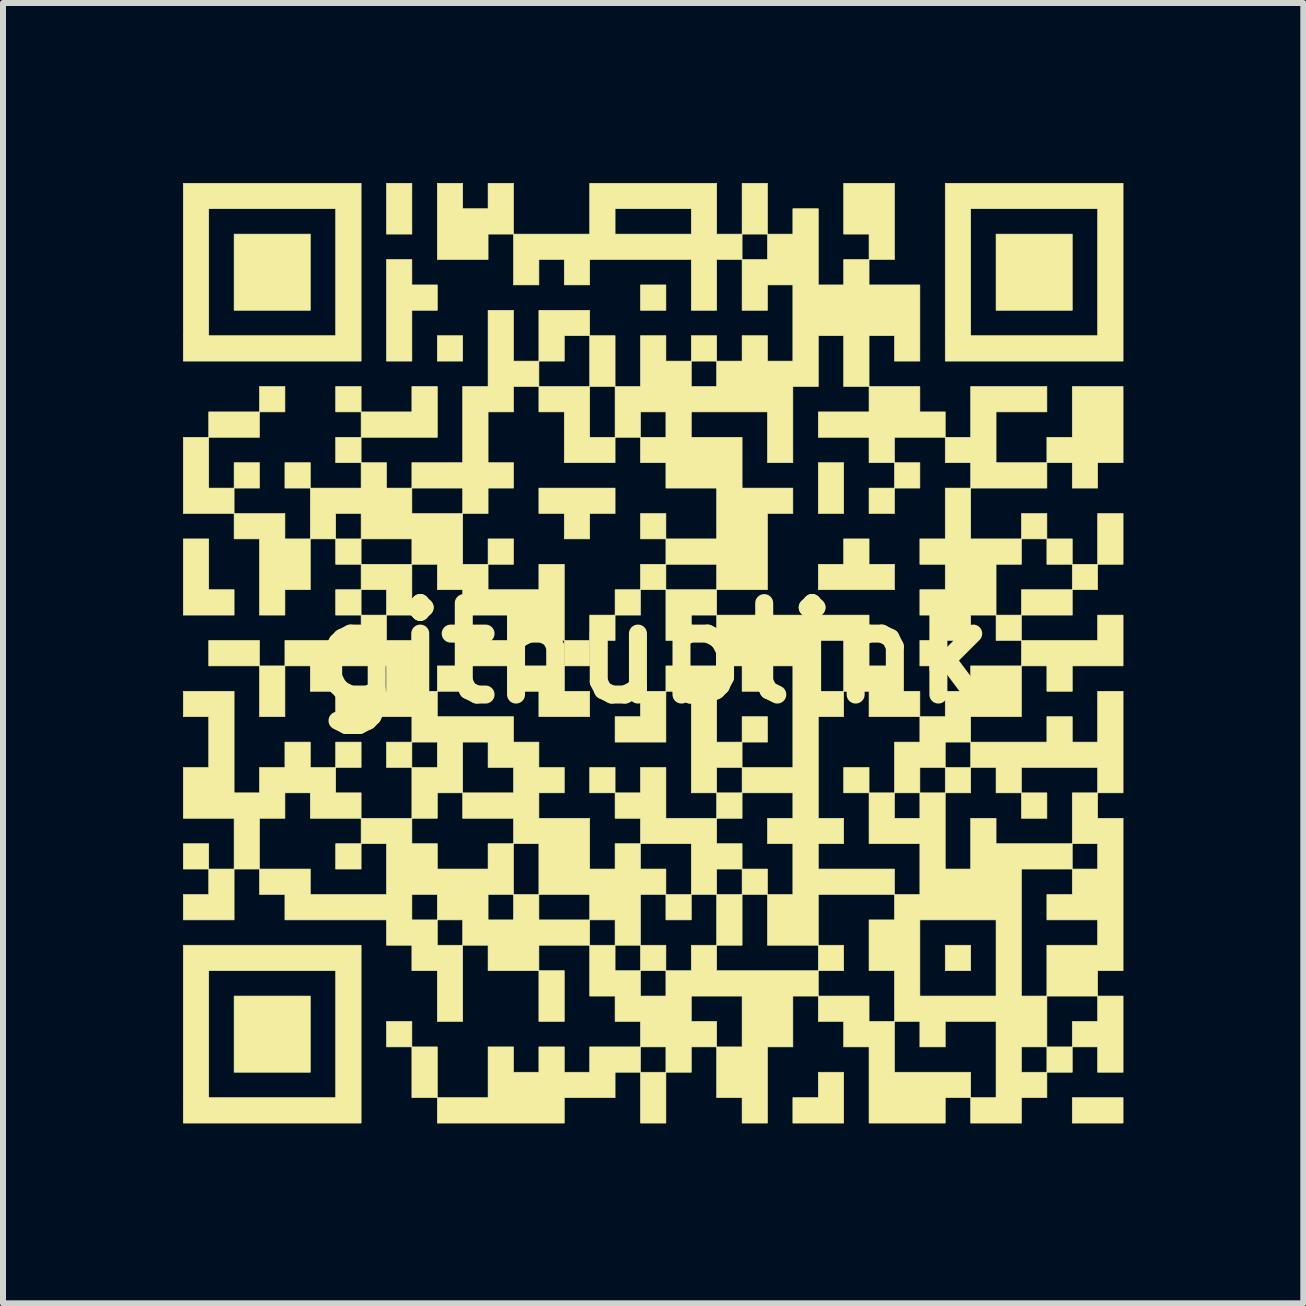
<source format=kicad_pcb>
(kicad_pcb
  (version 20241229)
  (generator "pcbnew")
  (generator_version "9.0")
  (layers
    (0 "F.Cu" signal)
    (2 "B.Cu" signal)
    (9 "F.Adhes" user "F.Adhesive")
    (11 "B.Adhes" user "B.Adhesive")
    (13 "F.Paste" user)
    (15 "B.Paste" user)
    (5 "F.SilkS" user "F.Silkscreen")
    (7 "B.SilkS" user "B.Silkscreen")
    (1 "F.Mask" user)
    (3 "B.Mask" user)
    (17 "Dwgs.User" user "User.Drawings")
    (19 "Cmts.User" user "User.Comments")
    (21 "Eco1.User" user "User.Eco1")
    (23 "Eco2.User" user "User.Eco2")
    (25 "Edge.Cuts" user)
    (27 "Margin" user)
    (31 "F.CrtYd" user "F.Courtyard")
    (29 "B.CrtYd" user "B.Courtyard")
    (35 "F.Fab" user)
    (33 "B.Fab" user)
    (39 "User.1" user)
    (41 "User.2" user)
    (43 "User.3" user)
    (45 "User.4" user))
  (footprint "githublink"
    (layer "F.Cu")
    (at 7.837 7.837)
    (property "Reference" "githublink" (at 0 0 0) (layer "F.SilkS") (effects (font (size 1.524 1.524) (thickness 0.3))))
    (attr through_hole)
    (fp_poly (pts (xy -7.408 3.598) (xy -7.832 3.598) (xy -7.832 3.175) (xy -7.408 3.175) (xy -7.408 3.598)) (stroke (width 0.01) (type solid)) (fill yes) (layer "F.SilkS"))
    (fp_poly (pts (xy -6.562 -3.598) (xy -7.408 -3.598) (xy -7.408 -4.022) (xy -6.562 -4.022) (xy -6.562 -3.598)) (stroke (width 0.01) (type solid)) (fill yes) (layer "F.SilkS"))
    (fp_poly (pts (xy -6.562 -2.752) (xy -6.985 -2.752) (xy -6.985 -3.175) (xy -6.562 -3.175) (xy -6.562 -2.752)) (stroke (width 0.01) (type solid)) (fill yes) (layer "F.SilkS"))
    (fp_poly (pts (xy -6.562 0.212) (xy -7.408 0.212) (xy -7.408 -0.212) (xy -6.562 -0.212) (xy -6.562 0.212)) (stroke (width 0.01) (type solid)) (fill yes) (layer "F.SilkS"))
    (fp_poly (pts (xy -6.138 -4.022) (xy -6.562 -4.022) (xy -6.562 -4.445) (xy -6.138 -4.445) (xy -6.138 -4.022)) (stroke (width 0.01) (type solid)) (fill yes) (layer "F.SilkS"))
    (fp_poly (pts (xy -6.138 1.058) (xy -6.562 1.058) (xy -6.562 0.212) (xy -6.138 0.212) (xy -6.138 1.058)) (stroke (width 0.01) (type solid)) (fill yes) (layer "F.SilkS"))
    (fp_poly (pts (xy -5.715 -5.715) (xy -6.985 -5.715) (xy -6.985 -6.985) (xy -5.715 -6.985) (xy -5.715 -5.715)) (stroke (width 0.01) (type solid)) (fill yes) (layer "F.SilkS"))
    (fp_poly (pts (xy -5.715 -2.752) (xy -6.138 -2.752) (xy -6.138 -3.175) (xy -5.715 -3.175) (xy -5.715 -2.752)) (stroke (width 0.01) (type solid)) (fill yes) (layer "F.SilkS"))
    (fp_poly (pts (xy -5.715 6.985) (xy -6.985 6.985) (xy -6.985 5.715) (xy -5.715 5.715) (xy -5.715 6.985)) (stroke (width 0.01) (type solid)) (fill yes) (layer "F.SilkS"))
    (fp_poly (pts (xy -4.868 -4.022) (xy -5.292 -4.022) (xy -5.292 -4.445) (xy -4.868 -4.445) (xy -4.868 -4.022)) (stroke (width 0.01) (type solid)) (fill yes) (layer "F.SilkS"))
    (fp_poly (pts (xy -4.868 -3.175) (xy -5.292 -3.175) (xy -5.292 -3.598) (xy -4.868 -3.598) (xy -4.868 -3.175)) (stroke (width 0.01) (type solid)) (fill yes) (layer "F.SilkS"))
    (fp_poly (pts (xy -4.868 1.905) (xy -5.292 1.905) (xy -5.292 1.482) (xy -4.868 1.482) (xy -4.868 1.905)) (stroke (width 0.01) (type solid)) (fill yes) (layer "F.SilkS"))
    (fp_poly (pts (xy -4.868 3.598) (xy -5.292 3.598) (xy -5.292 3.175) (xy -4.868 3.175) (xy -4.868 3.598)) (stroke (width 0.01) (type solid)) (fill yes) (layer "F.SilkS"))
    (fp_poly (pts (xy -4.022 -6.985) (xy -4.445 -6.985) (xy -4.445 -7.832) (xy -4.022 -7.832) (xy -4.022 -6.985)) (stroke (width 0.01) (type solid)) (fill yes) (layer "F.SilkS"))
    (fp_poly (pts (xy -4.022 6.562) (xy -4.445 6.562) (xy -4.445 6.138) (xy -4.022 6.138) (xy -4.022 6.562)) (stroke (width 0.01) (type solid)) (fill yes) (layer "F.SilkS"))
    (fp_poly (pts (xy -3.598 7.408) (xy -4.022 7.408) (xy -4.022 6.562) (xy -3.598 6.562) (xy -3.598 7.408)) (stroke (width 0.01) (type solid)) (fill yes) (layer "F.SilkS"))
    (fp_poly (pts (xy -3.175 -4.868) (xy -3.598 -4.868) (xy -3.598 -5.292) (xy -3.175 -5.292) (xy -3.175 -4.868)) (stroke (width 0.01) (type solid)) (fill yes) (layer "F.SilkS"))
    (fp_poly (pts (xy -3.175 0.635) (xy -3.598 0.635) (xy -3.598 0.212) (xy -3.175 0.212) (xy -3.175 0.635)) (stroke (width 0.01) (type solid)) (fill yes) (layer "F.SilkS"))
    (fp_poly (pts (xy -2.328 -1.482) (xy -2.752 -1.482) (xy -2.752 -1.905) (xy -2.328 -1.905) (xy -2.328 -1.482)) (stroke (width 0.01) (type solid)) (fill yes) (layer "F.SilkS"))
    (fp_poly (pts (xy -2.328 0.212) (xy -3.175 0.212) (xy -3.175 -0.212) (xy -2.328 -0.212) (xy -2.328 0.212)) (stroke (width 0.01) (type solid)) (fill yes) (layer "F.SilkS"))
    (fp_poly (pts (xy -1.482 6.138) (xy -1.905 6.138) (xy -1.905 5.292) (xy -1.482 5.292) (xy -1.482 6.138)) (stroke (width 0.01) (type solid)) (fill yes) (layer "F.SilkS"))
    (fp_poly (pts (xy -1.058 0.212) (xy -1.482 0.212) (xy -1.482 -0.212) (xy -1.058 -0.212) (xy -1.058 0.212)) (stroke (width 0.01) (type solid)) (fill yes) (layer "F.SilkS"))
    (fp_poly (pts (xy -0.635 -4.445) (xy -1.058 -4.445) (xy -1.058 -5.292) (xy -0.635 -5.292) (xy -0.635 -4.445)) (stroke (width 0.01) (type solid)) (fill yes) (layer "F.SilkS"))
    (fp_poly (pts (xy -0.635 -0.212) (xy -1.058 -0.212) (xy -1.058 -0.635) (xy -0.635 -0.635) (xy -0.635 -0.212)) (stroke (width 0.01) (type solid)) (fill yes) (layer "F.SilkS"))
    (fp_poly (pts (xy -0.635 2.328) (xy -1.058 2.328) (xy -1.058 1.905) (xy -0.635 1.905) (xy -0.635 2.328)) (stroke (width 0.01) (type solid)) (fill yes) (layer "F.SilkS"))
    (fp_poly (pts (xy -0.212 -0.635) (xy -0.635 -0.635) (xy -0.635 -1.058) (xy -0.212 -1.058) (xy -0.212 -0.635)) (stroke (width 0.01) (type solid)) (fill yes) (layer "F.SilkS"))
    (fp_poly (pts (xy 0.212 -5.715) (xy -0.212 -5.715) (xy -0.212 -6.138) (xy 0.212 -6.138) (xy 0.212 -5.715)) (stroke (width 0.01) (type solid)) (fill yes) (layer "F.SilkS"))
    (fp_poly (pts (xy 0.212 -1.905) (xy -0.212 -1.905) (xy -0.212 -2.328) (xy 0.212 -2.328) (xy 0.212 -1.905)) (stroke (width 0.01) (type solid)) (fill yes) (layer "F.SilkS"))
    (fp_poly (pts (xy 0.212 -1.058) (xy -0.212 -1.058) (xy -0.212 -1.482) (xy 0.212 -1.482) (xy 0.212 -1.058)) (stroke (width 0.01) (type solid)) (fill yes) (layer "F.SilkS"))
    (fp_poly (pts (xy 0.212 5.292) (xy -0.212 5.292) (xy -0.212 4.868) (xy 0.212 4.868) (xy 0.212 5.292)) (stroke (width 0.01) (type solid)) (fill yes) (layer "F.SilkS"))
    (fp_poly (pts (xy 0.635 4.445) (xy 0.212 4.445) (xy 0.212 4.022) (xy 0.635 4.022) (xy 0.635 4.445)) (stroke (width 0.01) (type solid)) (fill yes) (layer "F.SilkS"))
    (fp_poly (pts (xy 1.905 1.482) (xy 1.482 1.482) (xy 1.482 1.058) (xy 1.905 1.058) (xy 1.905 1.482)) (stroke (width 0.01) (type solid)) (fill yes) (layer "F.SilkS"))
    (fp_poly (pts (xy 3.175 -2.328) (xy 2.752 -2.328) (xy 2.752 -3.175) (xy 3.175 -3.175) (xy 3.175 -2.328)) (stroke (width 0.01) (type solid)) (fill yes) (layer "F.SilkS"))
    (fp_poly (pts (xy 3.175 5.292) (xy 2.752 5.292) (xy 2.752 4.868) (xy 3.175 4.868) (xy 3.175 5.292)) (stroke (width 0.01) (type solid)) (fill yes) (layer "F.SilkS"))
    (fp_poly (pts (xy 3.598 2.328) (xy 3.175 2.328) (xy 3.175 1.905) (xy 3.598 1.905) (xy 3.598 2.328)) (stroke (width 0.01) (type solid)) (fill yes) (layer "F.SilkS"))
    (fp_poly (pts (xy 4.022 -2.328) (xy 3.598 -2.328) (xy 3.598 -2.752) (xy 4.022 -2.752) (xy 4.022 -2.328)) (stroke (width 0.01) (type solid)) (fill yes) (layer "F.SilkS"))
    (fp_poly (pts (xy 4.445 -2.752) (xy 4.022 -2.752) (xy 4.022 -3.175) (xy 4.445 -3.175) (xy 4.445 -2.752)) (stroke (width 0.01) (type solid)) (fill yes) (layer "F.SilkS"))
    (fp_poly (pts (xy 4.868 0.212) (xy 4.445 0.212) (xy 4.445 -0.212) (xy 4.868 -0.212) (xy 4.868 0.212)) (stroke (width 0.01) (type solid)) (fill yes) (layer "F.SilkS"))
    (fp_poly (pts (xy 5.292 2.328) (xy 4.868 2.328) (xy 4.868 1.905) (xy 5.292 1.905) (xy 5.292 2.328)) (stroke (width 0.01) (type solid)) (fill yes) (layer "F.SilkS"))
    (fp_poly (pts (xy 5.292 5.292) (xy 4.868 5.292) (xy 4.868 4.868) (xy 5.292 4.868) (xy 5.292 5.292)) (stroke (width 0.01) (type solid)) (fill yes) (layer "F.SilkS"))
    (fp_poly (pts (xy 6.562 2.752) (xy 6.138 2.752) (xy 6.138 2.328) (xy 6.562 2.328) (xy 6.562 2.752)) (stroke (width 0.01) (type solid)) (fill yes) (layer "F.SilkS"))
    (fp_poly (pts (xy 6.562 6.562) (xy 6.985 6.562) (xy 6.985 6.985) (xy 6.562 6.985) (xy 6.562 6.562)) (stroke (width 0.01) (type solid)) (fill yes) (layer "F.SilkS"))
    (fp_poly (pts (xy 6.985 -5.715) (xy 5.715 -5.715) (xy 5.715 -6.985) (xy 6.985 -6.985) (xy 6.985 -5.715)) (stroke (width 0.01) (type solid)) (fill yes) (layer "F.SilkS"))
    (fp_poly (pts (xy 7.832 -1.482) (xy 7.408 -1.482) (xy 7.408 -2.328) (xy 7.832 -2.328) (xy 7.832 -1.482)) (stroke (width 0.01) (type solid)) (fill yes) (layer "F.SilkS"))
    (fp_poly (pts (xy 7.832 7.832) (xy 6.985 7.832) (xy 6.985 7.408) (xy 7.832 7.408) (xy 7.832 7.832)) (stroke (width 0.01) (type solid)) (fill yes) (layer "F.SilkS"))
    (fp_poly (pts (xy -7.408 -2.752) (xy -6.985 -2.752) (xy -6.985 -2.328) (xy -7.832 -2.328) (xy -7.832 -3.598) (xy -7.408 -3.598) (xy -7.408 -2.752)) (stroke (width 0.01) (type solid)) (fill yes) (layer "F.SilkS"))
    (fp_poly (pts (xy -7.408 -1.058) (xy -6.985 -1.058) (xy -6.985 -0.635) (xy -7.832 -0.635) (xy -7.832 -1.905) (xy -7.408 -1.905) (xy -7.408 -1.058)) (stroke (width 0.01) (type solid)) (fill yes) (layer "F.SilkS"))
    (fp_poly (pts (xy -6.985 4.445) (xy -7.832 4.445) (xy -7.832 4.022) (xy -7.408 4.022) (xy -7.408 3.598) (xy -6.985 3.598) (xy -6.985 4.445)) (stroke (width 0.01) (type solid)) (fill yes) (layer "F.SilkS"))
    (fp_poly (pts (xy -3.598 -3.598) (xy -4.868 -3.598) (xy -4.868 -4.022) (xy -4.022 -4.022) (xy -4.022 -4.445) (xy -3.598 -4.445) (xy -3.598 -3.598)) (stroke (width 0.01) (type solid)) (fill yes) (layer "F.SilkS"))
    (fp_poly (pts (xy -1.058 -5.292) (xy -1.482 -5.292) (xy -1.482 -4.868) (xy -1.905 -4.868) (xy -1.905 -5.715) (xy -1.058 -5.715) (xy -1.058 -5.292)) (stroke (width 0.01) (type solid)) (fill yes) (layer "F.SilkS"))
    (fp_poly (pts (xy 0.212 1.482) (xy -0.635 1.482) (xy -0.635 1.058) (xy -0.212 1.058) (xy -0.212 0.635) (xy 0.212 0.635) (xy 0.212 1.482)) (stroke (width 0.01) (type solid)) (fill yes) (layer "F.SilkS"))
    (fp_poly (pts (xy 1.058 -0.635) (xy 0.635 -0.635) (xy 0.635 -0.212) (xy 0.212 -0.212) (xy 0.212 -1.058) (xy 1.058 -1.058) (xy 1.058 -0.635)) (stroke (width 0.01) (type solid)) (fill yes) (layer "F.SilkS"))
    (fp_poly (pts (xy 3.175 7.832) (xy 2.328 7.832) (xy 2.328 7.408) (xy 2.752 7.408) (xy 2.752 6.985) (xy 3.175 6.985) (xy 3.175 7.832)) (stroke (width 0.01) (type solid)) (fill yes) (layer "F.SilkS"))
    (fp_poly (pts (xy 4.022 -6.562) (xy 3.598 -6.562) (xy 3.598 -6.985) (xy 3.175 -6.985) (xy 3.175 -7.832) (xy 4.022 -7.832) (xy 4.022 -6.562)) (stroke (width 0.01) (type solid)) (fill yes) (layer "F.SilkS"))
    (fp_poly (pts (xy -4.022 -6.138) (xy -3.598 -6.138) (xy -3.598 -5.715) (xy -4.022 -5.715) (xy -4.022 -4.868) (xy -4.445 -4.868) (xy -4.445 -6.562) (xy -4.022 -6.562) (xy -4.022 -6.138)) (stroke (width 0.01) (type solid)) (fill yes) (layer "F.SilkS"))
    (fp_poly (pts (xy -1.482 0.635) (xy -1.058 0.635) (xy -1.058 1.058) (xy -1.905 1.058) (xy -1.905 0.635) (xy -2.328 0.635) (xy -2.328 0.212) (xy -1.482 0.212) (xy -1.482 0.635)) (stroke (width 0.01) (type solid)) (fill yes) (layer "F.SilkS"))
    (fp_poly (pts (xy -1.058 -3.598) (xy -0.635 -3.598) (xy -0.635 -3.175) (xy -1.482 -3.175) (xy -1.482 -4.022) (xy -1.905 -4.022) (xy -1.905 -4.445) (xy -1.058 -4.445) (xy -1.058 -3.598)) (stroke (width 0.01) (type solid)) (fill yes) (layer "F.SilkS"))
    (fp_poly (pts (xy -0.635 -2.328) (xy -1.058 -2.328) (xy -1.058 -1.905) (xy -1.482 -1.905) (xy -1.482 -2.328) (xy -1.905 -2.328) (xy -1.905 -2.752) (xy -0.635 -2.752) (xy -0.635 -2.328)) (stroke (width 0.01) (type solid)) (fill yes) (layer "F.SilkS"))
    (fp_poly (pts (xy 3.598 -1.482) (xy 4.022 -1.482) (xy 4.022 -1.058) (xy 2.752 -1.058) (xy 2.752 -1.482) (xy 3.175 -1.482) (xy 3.175 -1.905) (xy 3.598 -1.905) (xy 3.598 -1.482)) (stroke (width 0.01) (type solid)) (fill yes) (layer "F.SilkS"))
    (fp_poly (pts (xy 7.832 6.985) (xy 7.408 6.985) (xy 7.408 6.562) (xy 6.985 6.562) (xy 6.985 6.138) (xy 7.408 6.138) (xy 7.408 5.715) (xy 7.832 5.715) (xy 7.832 6.985)) (stroke (width 0.01) (type solid)) (fill yes) (layer "F.SilkS"))
    (fp_poly (pts (xy -6.138 -1.905) (xy -5.715 -1.905) (xy -5.715 -1.058) (xy -6.138 -1.058) (xy -6.138 -0.635) (xy -6.562 -0.635) (xy -6.562 -1.905) (xy -6.985 -1.905) (xy -6.985 -2.328) (xy -6.138 -2.328) (xy -6.138 -1.905)) (stroke (width 0.01) (type solid)) (fill yes) (layer "F.SilkS"))
    (fp_poly (pts (xy -3.175 -7.408) (xy -2.752 -7.408) (xy -2.752 -7.832) (xy -2.328 -7.832) (xy -2.328 -6.985) (xy -2.752 -6.985) (xy -2.752 -6.562) (xy -3.598 -6.562) (xy -3.598 -7.832) (xy -3.175 -7.832) (xy -3.175 -7.408)) (stroke (width 0.01) (type solid)) (fill yes) (layer "F.SilkS"))
    (fp_poly (pts (xy 6.138 -0.212) (xy 7.408 -0.212) (xy 7.408 -0.635) (xy 7.832 -0.635) (xy 7.832 0.212) (xy 6.985 0.212) (xy 6.985 0.635) (xy 6.562 0.635) (xy 6.562 0.212) (xy 6.138 0.212) (xy 6.138 -0.212)) (stroke (width 0.01) (type solid)) (fill yes) (layer "F.SilkS"))
    (fp_poly (pts (xy 7.832 -3.175) (xy 7.408 -3.175) (xy 7.408 -2.752) (xy 6.985 -2.752) (xy 6.985 -3.175) (xy 6.562 -3.175) (xy 6.562 -3.598) (xy 6.985 -3.598) (xy 6.985 -4.445) (xy 7.832 -4.445) (xy 7.832 -3.175)) (stroke (width 0.01) (type solid)) (fill yes) (layer "F.SilkS"))
    (fp_poly (pts (xy -4.868 -4.868) (xy -7.832 -4.868) (xy -7.832 -7.408) (xy -7.408 -7.408) (xy -7.408 -5.292) (xy -5.292 -5.292) (xy -5.292 -7.408) (xy -7.408 -7.408) (xy -7.832 -7.408) (xy -7.832 -7.832) (xy -4.868 -7.832) (xy -4.868 -4.868)) (stroke (width 0.01) (type solid)) (fill yes) (layer "F.SilkS"))
    (fp_poly (pts (xy -4.868 7.832) (xy -7.832 7.832) (xy -7.832 5.292) (xy -7.408 5.292) (xy -7.408 7.408) (xy -5.292 7.408) (xy -5.292 5.292) (xy -7.408 5.292) (xy -7.832 5.292) (xy -7.832 4.868) (xy -4.868 4.868) (xy -4.868 7.832)) (stroke (width 0.01) (type solid)) (fill yes) (layer "F.SilkS"))
    (fp_poly (pts (xy 7.832 -4.868) (xy 4.868 -4.868) (xy 4.868 -7.408) (xy 5.292 -7.408) (xy 5.292 -5.292) (xy 7.408 -5.292) (xy 7.408 -7.408) (xy 5.292 -7.408) (xy 4.868 -7.408) (xy 4.868 -7.832) (xy 7.832 -7.832) (xy 7.832 -4.868)) (stroke (width 0.01) (type solid)) (fill yes) (layer "F.SilkS"))
    (fp_poly (pts (xy 4.445 -4.022) (xy 4.868 -4.022) (xy 4.868 -3.598) (xy 4.022 -3.598) (xy 4.022 -3.175) (xy 3.598 -3.175) (xy 3.598 -3.598) (xy 2.752 -3.598) (xy 2.752 -4.022) (xy 3.598 -4.022) (xy 3.598 -4.445) (xy 4.445 -4.445) (xy 4.445 -4.022)) (stroke (width 0.01) (type solid)) (fill yes) (layer "F.SilkS"))
    (fp_poly (pts (xy 6.562 -4.022) (xy 5.715 -4.022) (xy 5.715 -3.175) (xy 6.562 -3.175) (xy 6.562 -2.752) (xy 5.292 -2.752) (xy 5.292 -3.175) (xy 4.868 -3.175) (xy 4.868 -3.598) (xy 5.292 -3.598) (xy 5.292 -4.445) (xy 6.562 -4.445) (xy 6.562 -4.022)) (stroke (width 0.01) (type solid)) (fill yes) (layer "F.SilkS"))
    (fp_poly (pts (xy 6.985 -1.905) (xy 6.985 -1.482) (xy 7.408 -1.482) (xy 7.408 -1.058) (xy 6.985 -1.058) (xy 6.985 -0.635) (xy 6.138 -0.635) (xy 6.138 -0.212) (xy 5.715 -0.212) (xy 5.715 -0.635) (xy 5.292 -0.635) (xy 5.292 -0.212) (xy 4.868 -0.212) (xy 4.868 -0.635) (xy 4.445 -0.635) (xy 4.445 -1.058) (xy 4.868 -1.058) (xy 4.868 -1.482) (xy 5.715 -1.482) (xy 5.715 -0.635) (xy 6.138 -0.635) (xy 6.138 -1.058) (xy 6.985 -1.058) (xy 6.985 -1.482) (xy 6.562 -1.482) (xy 6.562 -1.905) (xy 6.138 -1.905) (xy 6.138 -1.482) (xy 5.715 -1.482) (xy 4.868 -1.482) (xy 4.445 -1.482) (xy 4.445 -1.905) (xy 4.868 -1.905) (xy 4.868 -2.752) (xy 5.292 -2.752) (xy 5.292 -1.905) (xy 6.138 -1.905) (xy 6.138 -2.328) (xy 6.562 -2.328) (xy 6.562 -1.905) (xy 6.985 -1.905)) (stroke (width 0.01) (type solid)) (fill yes) (layer "F.SilkS"))
    (fp_poly (pts (xy 0.212 0.212) (xy 1.058 0.212) (xy 1.058 1.482) (xy 1.482 1.482) (xy 1.482 1.905) (xy 2.328 1.905) (xy 2.328 0.212) (xy 1.905 0.212) (xy 1.905 0.635) (xy 1.482 0.635) (xy 1.482 0.212) (xy 1.058 0.212) (xy 1.058 -0.212) (xy 2.752 -0.212) (xy 2.752 0.635) (xy 3.175 0.635) (xy 3.175 -0.212) (xy 2.752 -0.212) (xy 1.058 -0.212) (xy 1.058 -0.635) (xy 3.598 -0.635) (xy 3.598 0.212) (xy 4.022 0.212) (xy 4.022 0.635) (xy 4.445 0.635) (xy 4.445 1.058) (xy 3.598 1.058) (xy 3.598 0.635) (xy 3.175 0.635) (xy 3.175 1.058) (xy 2.752 1.058) (xy 2.752 2.752) (xy 3.175 2.752) (xy 3.175 3.175) (xy 2.752 3.175) (xy 2.752 3.598) (xy 4.022 3.598) (xy 4.022 4.022) (xy 2.752 4.022) (xy 2.752 4.868) (xy 1.905 4.868) (xy 1.905 4.022) (xy 1.482 4.022) (xy 1.482 4.868) (xy 1.058 4.868) (xy 1.058 4.022) (xy 0.635 4.022) (xy 0.635 3.598) (xy 1.058 3.598) (xy 1.058 4.022) (xy 1.482 4.022) (xy 1.482 3.598) (xy 1.058 3.598) (xy 0.635 3.598) (xy 0.635 3.175) (xy -0.212 3.175) (xy -0.212 2.752) (xy -0.635 2.752) (xy -0.635 2.328) (xy -0.212 2.328) (xy -0.212 1.905) (xy 0.212 1.905) (xy 0.212 2.752) (xy 1.058 2.752) (xy 1.058 3.175) (xy 1.482 3.175) (xy 1.482 3.598) (xy 1.905 3.598) (xy 1.905 4.022) (xy 2.328 4.022) (xy 2.328 3.175) (xy 1.905 3.175) (xy 1.905 2.752) (xy 2.328 2.752) (xy 2.328 2.328) (xy 1.482 2.328) (xy 1.482 2.752) (xy 1.058 2.752) (xy 1.058 2.328) (xy 0.635 2.328) (xy 0.635 1.905) (xy 1.058 1.905) (xy 1.058 2.328) (xy 1.482 2.328) (xy 1.482 1.905) (xy 1.058 1.905) (xy 0.635 1.905) (xy 0.635 0.635) (xy 0.212 0.635) (xy 0.212 0.212)) (stroke (width 0.01) (type solid)) (fill yes) (layer "F.SilkS"))
    (fp_poly (pts (xy 1.058 -6.985) (xy 1.482 -6.985) (xy 1.482 -6.562) (xy 1.905 -6.562) (xy 1.905 -6.985) (xy 1.482 -6.985) (xy 1.482 -7.832) (xy 1.905 -7.832) (xy 1.905 -6.985) (xy 2.328 -6.985) (xy 2.328 -7.408) (xy 2.752 -7.408) (xy 2.752 -6.138) (xy 3.175 -6.138) (xy 3.175 -6.562) (xy 3.598 -6.562) (xy 3.598 -6.138) (xy 4.445 -6.138) (xy 4.445 -4.868) (xy 4.022 -4.868) (xy 4.022 -5.292) (xy 3.598 -5.292) (xy 3.598 -4.445) (xy 3.175 -4.445) (xy 3.175 -5.292) (xy 2.752 -5.292) (xy 2.752 -4.445) (xy 2.328 -4.445) (xy 2.328 -3.175) (xy 1.905 -3.175) (xy 1.905 -4.022) (xy 0.635 -4.022) (xy 0.635 -3.598) (xy 1.482 -3.598) (xy 1.482 -2.752) (xy 2.328 -2.752) (xy 2.328 -2.328) (xy 1.905 -2.328) (xy 1.905 -1.058) (xy 1.058 -1.058) (xy 1.058 -1.482) (xy 0.212 -1.482) (xy 0.212 -1.905) (xy 1.058 -1.905) (xy 1.058 -2.752) (xy 0.212 -2.752) (xy 0.212 -3.175) (xy -0.212 -3.175) (xy -0.212 -3.598) (xy -0.635 -3.598) (xy -0.635 -4.022) (xy -0.212 -4.022) (xy -0.212 -3.598) (xy 0.212 -3.598) (xy 0.212 -4.022) (xy -0.212 -4.022) (xy -0.635 -4.022) (xy -0.635 -4.445) (xy -0.212 -4.445) (xy -0.212 -5.292) (xy 0.212 -5.292) (xy 0.212 -4.868) (xy 0.635 -4.868) (xy 0.635 -4.445) (xy 1.058 -4.445) (xy 1.058 -4.868) (xy 0.635 -4.868) (xy 0.635 -5.292) (xy 1.058 -5.292) (xy 1.058 -4.868) (xy 1.482 -4.868) (xy 1.482 -5.292) (xy 1.905 -5.292) (xy 1.905 -4.868) (xy 2.328 -4.868) (xy 2.328 -6.138) (xy 1.905 -6.138) (xy 1.905 -5.715) (xy 1.482 -5.715) (xy 1.482 -6.562) (xy 1.058 -6.562) (xy 1.058 -5.715) (xy 0.635 -5.715) (xy 0.635 -6.562) (xy -1.058 -6.562) (xy -1.058 -6.138) (xy -1.482 -6.138) (xy -1.482 -6.562) (xy -1.905 -6.562) (xy -1.905 -6.138) (xy -2.328 -6.138) (xy -2.328 -6.985) (xy -1.058 -6.985) (xy -1.058 -7.408) (xy -0.635 -7.408) (xy -0.635 -6.985) (xy 0.635 -6.985) (xy 0.635 -7.408) (xy -0.635 -7.408) (xy -1.058 -7.408) (xy -1.058 -7.832) (xy 1.058 -7.832) (xy 1.058 -6.985)) (stroke (width 0.01) (type solid)) (fill yes) (layer "F.SilkS"))
    (fp_poly (pts (xy 6.562 7.408) (xy 6.138 7.408) (xy 6.138 7.832) (xy 5.292 7.832) (xy 5.292 7.408) (xy 4.868 7.408) (xy 4.868 7.832) (xy 3.598 7.832) (xy 3.598 6.562) (xy 3.175 6.562) (xy 3.175 6.138) (xy 2.752 6.138) (xy 2.752 5.715) (xy 3.598 5.715) (xy 3.598 6.138) (xy 4.022 6.138) (xy 4.022 6.985) (xy 5.292 6.985) (xy 5.292 7.408) (xy 5.715 7.408) (xy 5.715 6.138) (xy 4.868 6.138) (xy 4.868 6.562) (xy 4.445 6.562) (xy 4.445 6.138) (xy 4.022 6.138) (xy 4.022 5.292) (xy 3.598 5.292) (xy 3.598 4.445) (xy 4.022 4.445) (xy 4.445 4.445) (xy 4.445 5.715) (xy 5.715 5.715) (xy 5.715 4.445) (xy 4.445 4.445) (xy 4.022 4.445) (xy 4.022 4.022) (xy 4.445 4.022) (xy 4.445 3.175) (xy 3.598 3.175) (xy 3.598 2.328) (xy 4.022 2.328) (xy 4.022 2.752) (xy 4.445 2.752) (xy 4.445 2.328) (xy 4.022 2.328) (xy 4.022 1.905) (xy 4.445 1.905) (xy 4.445 2.328) (xy 4.868 2.328) (xy 4.868 3.598) (xy 5.292 3.598) (xy 6.138 3.598) (xy 6.138 5.715) (xy 6.562 5.715) (xy 6.562 4.868) (xy 7.408 4.868) (xy 7.408 4.445) (xy 6.562 4.445) (xy 6.562 4.022) (xy 6.985 4.022) (xy 6.985 3.598) (xy 6.138 3.598) (xy 5.292 3.598) (xy 5.292 2.752) (xy 5.715 2.752) (xy 5.715 3.175) (xy 6.985 3.175) (xy 6.985 3.598) (xy 7.408 3.598) (xy 7.408 3.175) (xy 6.985 3.175) (xy 6.985 2.328) (xy 7.408 2.328) (xy 7.408 1.905) (xy 6.138 1.905) (xy 6.138 2.328) (xy 5.715 2.328) (xy 5.715 1.905) (xy 5.292 1.905) (xy 5.292 1.482) (xy 4.868 1.482) (xy 4.868 1.905) (xy 4.445 1.905) (xy 4.022 1.905) (xy 4.022 1.482) (xy 4.445 1.482) (xy 4.445 1.058) (xy 4.868 1.058) (xy 4.868 0.635) (xy 5.292 0.635) (xy 5.292 0.212) (xy 6.138 0.212) (xy 6.138 1.058) (xy 5.292 1.058) (xy 5.292 1.482) (xy 6.562 1.482) (xy 6.562 1.058) (xy 6.985 1.058) (xy 6.985 1.482) (xy 7.408 1.482) (xy 7.408 0.635) (xy 7.832 0.635) (xy 7.832 2.328) (xy 7.408 2.328) (xy 7.408 2.752) (xy 7.832 2.752) (xy 7.832 5.292) (xy 7.408 5.292) (xy 7.408 5.715) (xy 6.562 5.715) (xy 6.562 6.562) (xy 6.138 6.562) (xy 6.138 6.985) (xy 6.562 6.985) (xy 6.562 7.408)) (stroke (width 0.01) (type solid)) (fill yes) (layer "F.SilkS"))
    (fp_poly (pts (xy -6.138 -0.212) (xy -4.868 -0.212) (xy -4.868 -0.635) (xy -5.292 -0.635) (xy -5.292 -1.058) (xy -4.868 -1.058) (xy -4.868 -0.635) (xy -4.445 -0.635) (xy -4.445 -1.058) (xy -4.868 -1.058) (xy -4.868 -1.482) (xy -5.292 -1.482) (xy -5.292 -1.905) (xy -5.715 -1.905) (xy -5.715 -2.328) (xy -5.292 -2.328) (xy -5.292 -1.905) (xy -4.868 -1.905) (xy -4.868 -1.482) (xy -4.022 -1.482) (xy -4.022 -1.905) (xy -4.868 -1.905) (xy -4.868 -2.328) (xy -5.292 -2.328) (xy -5.715 -2.328) (xy -5.715 -2.752) (xy -4.868 -2.752) (xy -4.868 -3.175) (xy -4.445 -3.175) (xy -4.445 -2.752) (xy -4.022 -2.752) (xy -4.022 -2.328) (xy -3.175 -2.328) (xy -3.175 -2.752) (xy -4.022 -2.752) (xy -4.022 -3.175) (xy -3.175 -3.175) (xy -3.175 -4.445) (xy -2.752 -4.445) (xy -2.752 -5.715) (xy -2.328 -5.715) (xy -2.328 -4.868) (xy -1.905 -4.868) (xy -1.905 -4.445) (xy -2.328 -4.445) (xy -2.328 -4.022) (xy -2.752 -4.022) (xy -2.752 -3.175) (xy -2.328 -3.175) (xy -2.328 -2.752) (xy -2.752 -2.752) (xy -2.752 -2.328) (xy -3.175 -2.328) (xy -3.175 -1.482) (xy -2.752 -1.482) (xy -2.752 -1.058) (xy -1.905 -1.058) (xy -1.905 -1.482) (xy -1.482 -1.482) (xy -1.482 -0.212) (xy -2.328 -0.212) (xy -2.328 -0.635) (xy -3.175 -0.635) (xy -3.175 -1.058) (xy -3.598 -1.058) (xy -3.598 -1.482) (xy -4.022 -1.482) (xy -4.022 -0.635) (xy -4.445 -0.635) (xy -4.445 -0.212) (xy -4.022 -0.212) (xy -4.022 0.635) (xy -3.598 0.635) (xy -3.598 1.058) (xy -2.328 1.058) (xy -2.328 1.482) (xy -1.905 1.482) (xy -1.905 1.905) (xy -1.482 1.905) (xy -1.482 2.328) (xy -1.905 2.328) (xy -1.905 2.752) (xy -1.058 2.752) (xy -1.058 3.598) (xy -0.635 3.598) (xy -0.635 3.175) (xy -0.212 3.175) (xy -0.212 3.598) (xy 0.212 3.598) (xy 0.212 4.022) (xy -0.212 4.022) (xy -0.212 4.868) (xy -0.635 4.868) (xy -0.635 5.292) (xy -0.212 5.292) (xy -0.212 5.715) (xy 0.212 5.715) (xy 0.635 5.715) (xy 0.635 6.138) (xy 1.058 6.138) (xy 1.058 6.562) (xy 1.482 6.562) (xy 1.482 5.715) (xy 0.635 5.715) (xy 0.212 5.715) (xy 0.212 5.292) (xy 0.635 5.292) (xy 0.635 4.868) (xy 1.058 4.868) (xy 1.058 5.292) (xy 2.752 5.292) (xy 2.752 5.715) (xy 2.328 5.715) (xy 2.328 6.562) (xy 1.905 6.562) (xy 1.905 7.832) (xy 1.482 7.832) (xy 1.482 7.408) (xy 1.058 7.408) (xy 1.058 6.562) (xy 0.635 6.562) (xy 0.635 6.985) (xy 0.212 6.985) (xy 0.212 7.832) (xy -0.212 7.832) (xy -0.212 6.985) (xy -0.635 6.985) (xy -0.635 7.408) (xy -1.482 7.408) (xy -1.482 7.832) (xy -3.598 7.832) (xy -3.598 7.408) (xy -2.752 7.408) (xy -2.752 6.562) (xy -2.328 6.562) (xy -2.328 6.985) (xy -1.905 6.985) (xy -1.905 6.562) (xy -1.482 6.562) (xy -1.482 6.985) (xy -1.058 6.985) (xy -1.058 6.562) (xy -0.212 6.562) (xy -0.212 6.985) (xy 0.212 6.985) (xy 0.212 6.562) (xy -0.212 6.562) (xy -0.212 6.138) (xy -0.635 6.138) (xy -0.635 5.715) (xy -1.058 5.715) (xy -1.058 4.868) (xy -1.905 4.868) (xy -1.905 5.292) (xy -2.752 5.292) (xy -2.752 4.868) (xy -3.175 4.868) (xy -3.175 6.138) (xy -3.598 6.138) (xy -3.598 5.292) (xy -4.022 5.292) (xy -4.022 4.868) (xy -4.445 4.868) (xy -4.445 4.445) (xy -6.138 4.445) (xy -6.138 4.022) (xy -6.562 4.022) (xy -6.562 3.598) (xy -6.985 3.598) (xy -6.985 2.752) (xy -6.562 2.752) (xy -6.562 3.598) (xy -5.715 3.598) (xy -5.715 4.022) (xy -4.445 4.022) (xy -4.022 4.022) (xy -4.022 4.445) (xy -3.598 4.445) (xy -3.598 4.868) (xy -3.175 4.868) (xy -3.175 4.445) (xy -3.598 4.445) (xy -3.598 4.022) (xy -2.752 4.022) (xy -2.752 4.445) (xy -2.328 4.445) (xy -2.328 4.022) (xy -2.752 4.022) (xy -3.598 4.022) (xy -4.022 4.022) (xy -4.445 4.022) (xy -4.445 3.175) (xy -4.868 3.175) (xy -4.868 2.752) (xy -5.715 2.752) (xy -5.715 2.328) (xy -6.138 2.328) (xy -6.138 2.752) (xy -6.562 2.752) (xy -6.985 2.752) (xy -7.832 2.752) (xy -7.832 1.905) (xy -7.408 1.905) (xy -7.408 1.058) (xy -7.832 1.058) (xy -7.832 0.635) (xy -6.985 0.635) (xy -6.985 2.328) (xy -6.562 2.328) (xy -6.562 1.905) (xy -6.138 1.905) (xy -6.138 1.482) (xy -5.715 1.482) (xy -5.715 1.905) (xy -5.292 1.905) (xy -5.292 2.328) (xy -4.868 2.328) (xy -4.868 2.752) (xy -4.022 2.752) (xy -4.022 3.175) (xy -3.598 3.175) (xy -3.598 3.598) (xy -2.752 3.598) (xy -2.752 3.175) (xy -2.328 3.175) (xy -2.328 4.022) (xy -1.905 4.022) (xy -1.905 4.445) (xy -1.058 4.445) (xy -1.058 4.868) (xy -0.635 4.868) (xy -0.635 4.445) (xy -1.058 4.445) (xy -1.058 4.022) (xy -1.905 4.022) (xy -1.905 3.175) (xy -2.328 3.175) (xy -2.328 2.752) (xy -3.175 2.752) (xy -3.175 2.328) (xy -3.598 2.328) (xy -3.598 2.752) (xy -4.022 2.752) (xy -4.022 1.905) (xy -4.445 1.905) (xy -4.445 1.482) (xy -4.022 1.482) (xy -4.022 1.905) (xy -3.598 1.905) (xy -3.598 1.482) (xy -3.175 1.482) (xy -3.175 2.328) (xy -2.328 2.328) (xy -2.328 1.905) (xy -2.752 1.905) (xy -2.752 1.482) (xy -3.175 1.482) (xy -3.598 1.482) (xy -4.022 1.482) (xy -4.022 1.058) (xy -5.292 1.058) (xy -5.292 0.635) (xy -5.715 0.635) (xy -5.715 0.212) (xy -5.292 0.212) (xy -5.292 0.635) (xy -4.445 0.635) (xy -4.445 0.212) (xy -5.292 0.212) (xy -5.715 0.212) (xy -6.138 0.212) (xy -6.138 -0.212)) (stroke (width 0.01) (type solid)) (fill yes) (layer "F.SilkS")))
  (gr_rect
    (start -3 -3)
    (end 18.673 18.673)
    (stroke (width 0.1) (type default))
    (fill no)
    (layer "Edge.Cuts")))
</source>
